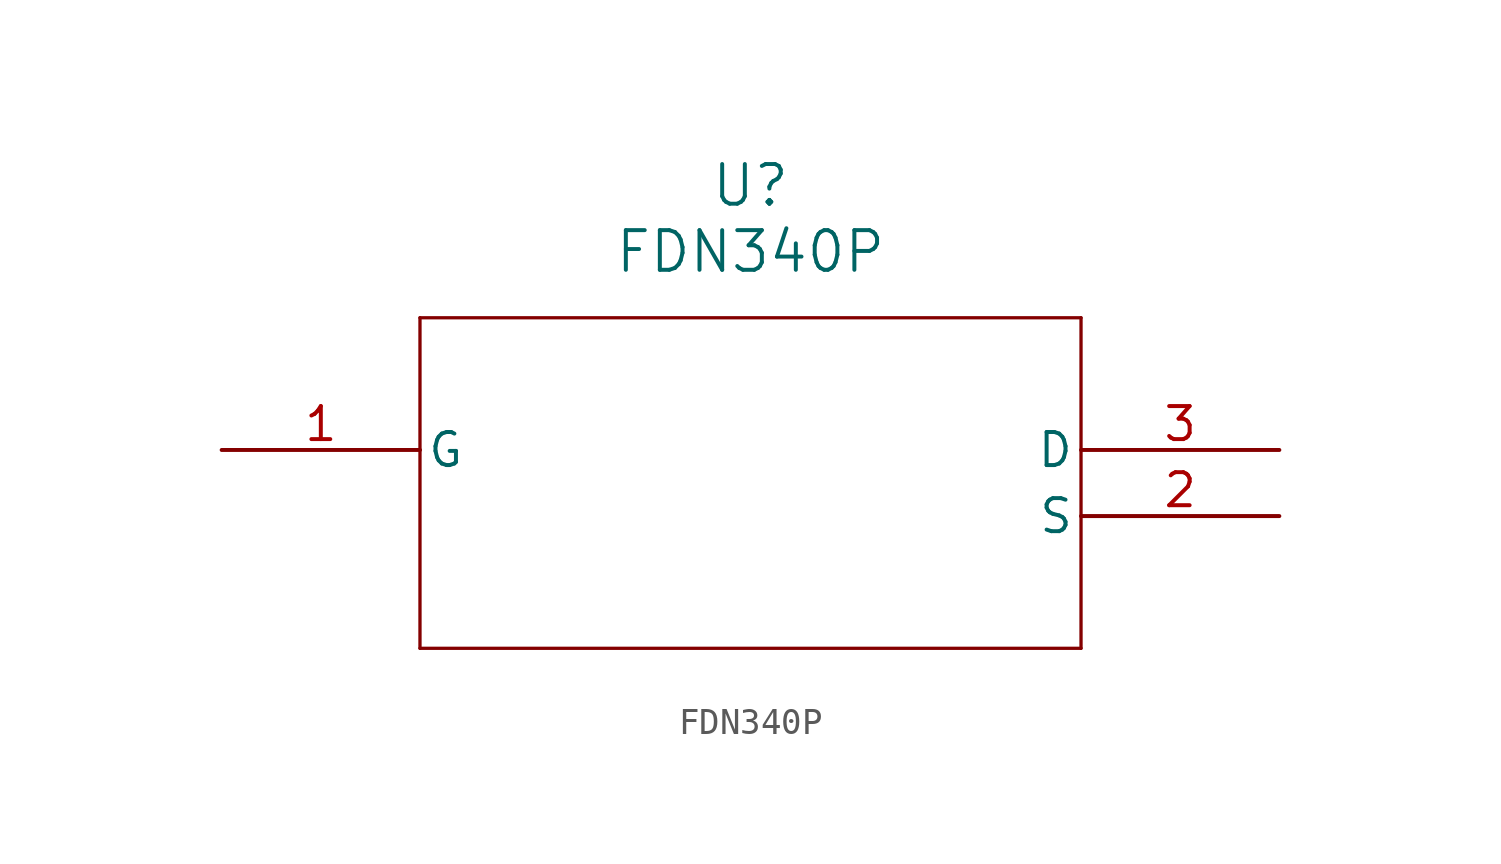
<source format=kicad_sym>
(kicad_symbol_lib
  (version 20211014)
  (generator kicad_symbol_editor)
  (symbol "FDN340P"
    (pin_names
      (offset 0.254))
    (property "Reference" "U"
      (at 20.32 10.16 0)
      (effects (font (size 1.524 1.524))))
    (property "Value" "FDN340P"
      (at 20.32 7.62 0)
      (effects (font (size 1.524 1.524))))
    (symbol "FDN340P_0_1"
      (polyline (pts (xy 7.62 5.08) (xy 7.62 -7.62)) (stroke (width 0.127) (type default) (color 0 0 0 0)) (fill (type none)))
      (polyline (pts (xy 7.62 -7.62) (xy 33.02 -7.62)) (stroke (width 0.127) (type default) (color 0 0 0 0)) (fill (type none)))
      (polyline (pts (xy 33.02 -7.62) (xy 33.02 5.08)) (stroke (width 0.127) (type default) (color 0 0 0 0)) (fill (type none)))
      (polyline (pts (xy 33.02 5.08) (xy 7.62 5.08)) (stroke (width 0.127) (type default) (color 0 0 0 0)) (fill (type none)))
      (pin unspecified line (at 0 0 0) (length 7.62) (name "G" (effects (font (size 1.27 1.27)))) (number "1" (effects (font (size 1.27 1.27)))))
      (pin unspecified line (at 40.64 -2.54 180) (length 7.62) (name "S" (effects (font (size 1.27 1.27)))) (number "2" (effects (font (size 1.27 1.27)))))
      (pin unspecified line (at 40.64 0 180) (length 7.62) (name "D" (effects (font (size 1.27 1.27)))) (number "3" (effects (font (size 1.27 1.27))))))))
</source>
